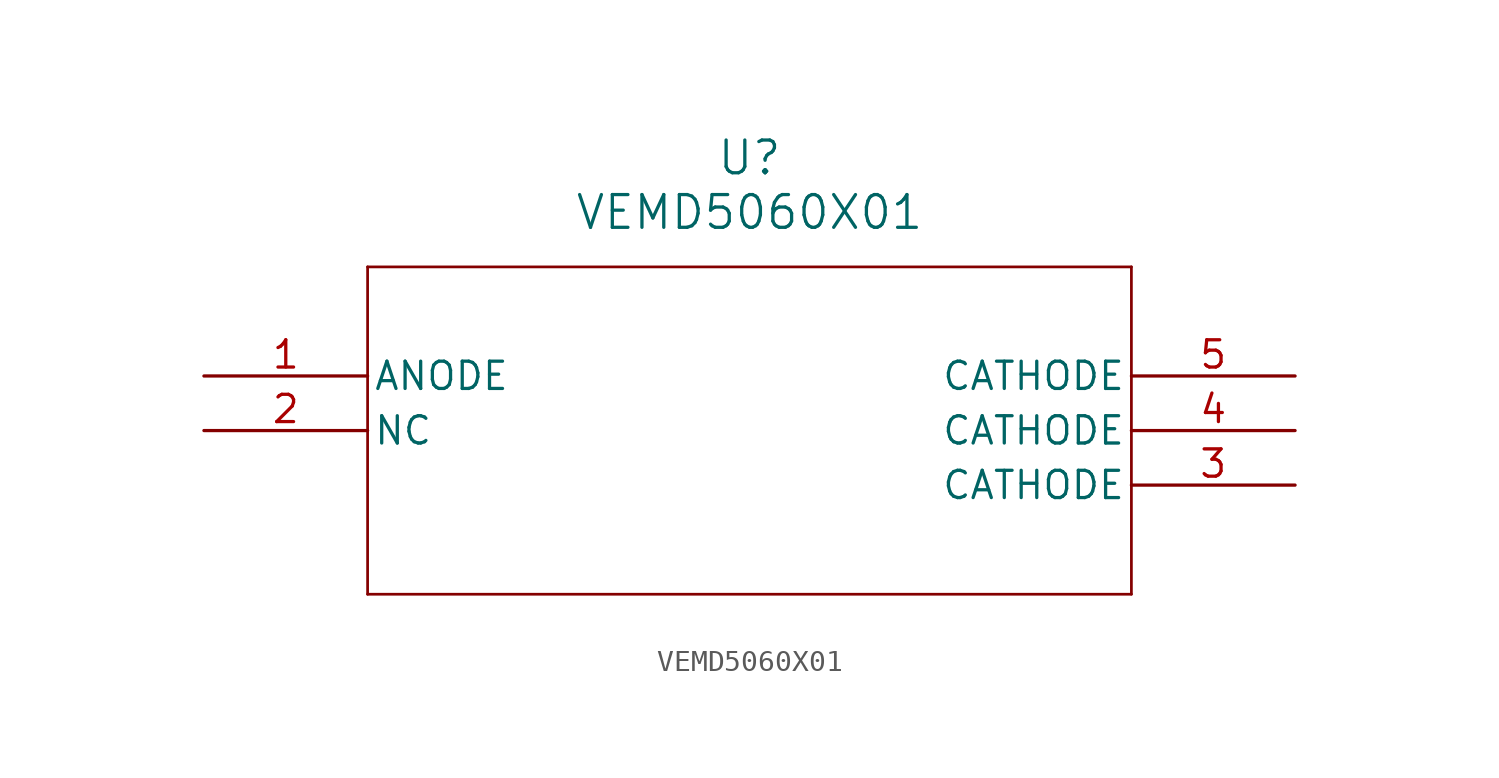
<source format=kicad_sym>
(kicad_symbol_lib
  (version 20231120)
  (generator "kicad_symbol_editor")
  (generator_version "8.0")
  (symbol "VEMD5060X01"
    (pin_names
      (offset 0.254))
    (property "Reference" "U"
      (at 25.4 10.16 0)
      (effects (font (size 1.524 1.524))))
    (property "Value" "VEMD5060X01"
      (at 25.4 7.62 0)
      (effects (font (size 1.524 1.524))))
    (property "ki_locked" ""
      (at 0 0 0)
      (effects (font (size 1.27 1.27))))
    (symbol "VEMD5060X01_0_1"
      (polyline (pts (xy 7.62 -10.16) (xy 43.18 -10.16)) (stroke (width 0.127) (type default)) (fill (type none)))
      (polyline (pts (xy 7.62 5.08) (xy 7.62 -10.16)) (stroke (width 0.127) (type default)) (fill (type none)))
      (polyline (pts (xy 43.18 -10.16) (xy 43.18 5.08)) (stroke (width 0.127) (type default)) (fill (type none)))
      (polyline (pts (xy 43.18 5.08) (xy 7.62 5.08)) (stroke (width 0.127) (type default)) (fill (type none)))
      (pin unspecified line (at 0 0 0) (length 7.62) (name "ANODE" (effects (font (size 1.27 1.27)))) (number "1" (effects (font (size 1.27 1.27)))))
      (pin unspecified line (at 0 -2.54 0) (length 7.62) (name "NC" (effects (font (size 1.27 1.27)))) (number "2" (effects (font (size 1.27 1.27)))))
      (pin unspecified line (at 50.8 -5.08 180) (length 7.62) (name "CATHODE" (effects (font (size 1.27 1.27)))) (number "3" (effects (font (size 1.27 1.27)))))
      (pin unspecified line (at 50.8 -2.54 180) (length 7.62) (name "CATHODE" (effects (font (size 1.27 1.27)))) (number "4" (effects (font (size 1.27 1.27)))))
      (pin unspecified line (at 50.8 0 180) (length 7.62) (name "CATHODE" (effects (font (size 1.27 1.27)))) (number "5" (effects (font (size 1.27 1.27))))))))
</source>
